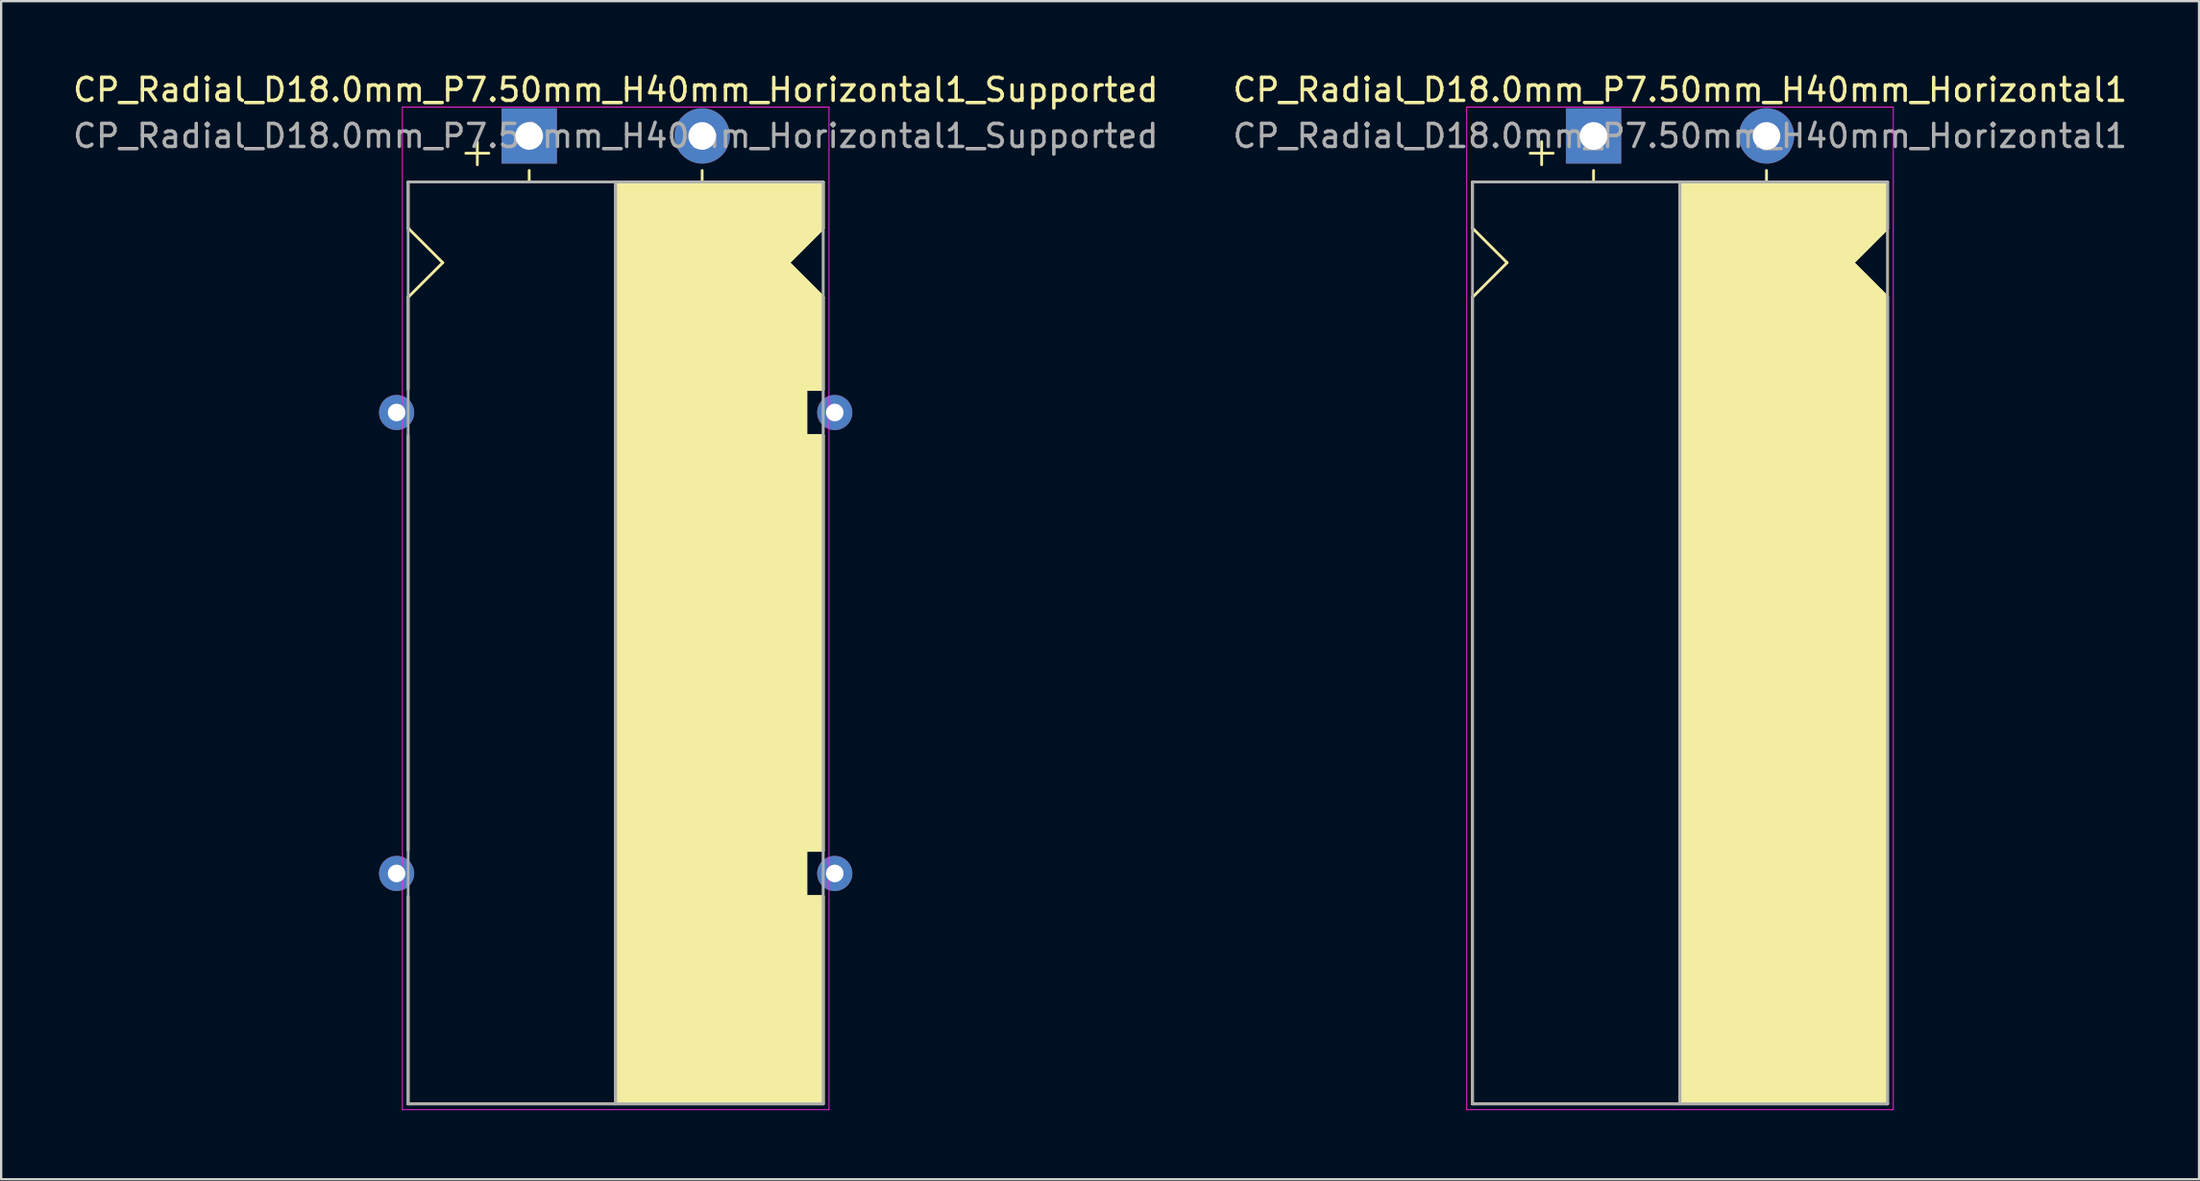
<source format=kicad_pcb>
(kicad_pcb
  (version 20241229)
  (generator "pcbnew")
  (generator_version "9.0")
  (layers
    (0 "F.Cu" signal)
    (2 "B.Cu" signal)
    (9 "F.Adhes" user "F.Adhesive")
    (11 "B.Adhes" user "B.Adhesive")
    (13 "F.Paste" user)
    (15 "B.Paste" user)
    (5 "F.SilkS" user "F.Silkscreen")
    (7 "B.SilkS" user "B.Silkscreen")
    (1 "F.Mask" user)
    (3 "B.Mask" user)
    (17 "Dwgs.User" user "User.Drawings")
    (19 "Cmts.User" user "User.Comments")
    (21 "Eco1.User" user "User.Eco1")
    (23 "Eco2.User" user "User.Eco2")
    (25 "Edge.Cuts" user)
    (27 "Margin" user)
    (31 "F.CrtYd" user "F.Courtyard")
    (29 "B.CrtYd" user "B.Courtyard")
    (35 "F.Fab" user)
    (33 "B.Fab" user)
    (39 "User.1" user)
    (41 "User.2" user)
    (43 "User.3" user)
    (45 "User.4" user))
  (footprint "CP_Radial_D18.0mm_P7.50mm_H40mm_Horizontal1"
    (layer "F.Cu")
    (at 66.054 2.848)
    (property "Reference" "CP_Radial_D18.0mm_P7.50mm_H40mm_Horizontal1" (at 3.75 -2 0) (layer "F.SilkS") (effects (font (size 1 1) (thickness 0.15))))
    (attr through_hole)
    (fp_line (start -5.25 2) (end -5.25 4) (stroke (width 0.12) (type solid)) (layer "F.SilkS"))
    (fp_line (start -5.25 2) (end 12.75 2) (stroke (width 0.12) (type solid)) (layer "F.SilkS"))
    (fp_line (start -5.25 4) (end -3.75 5.5) (stroke (width 0.12) (type solid)) (layer "F.SilkS"))
    (fp_line (start -5.25 7) (end -5.25 42) (stroke (width 0.12) (type solid)) (layer "F.SilkS"))
    (fp_line (start -5.25 7) (end -3.75 5.5) (stroke (width 0.12) (type solid)) (layer "F.SilkS"))
    (fp_line (start -5.25 42) (end 12.75 42) (stroke (width 0.12) (type solid)) (layer "F.SilkS"))
    (fp_line (start -2.25 0.25) (end -2.25 1.25) (stroke (width 0.12) (type solid)) (layer "F.SilkS"))
    (fp_line (start -1.75 0.75) (end -2.75 0.75) (stroke (width 0.12) (type solid)) (layer "F.SilkS"))
    (fp_line (start 0 1.5) (end 0 2) (stroke (width 0.12) (type solid)) (layer "F.SilkS"))
    (fp_line (start 3.75 2) (end 3.75 42) (stroke (width 0.12) (type solid)) (layer "F.SilkS"))
    (fp_line (start 7.5 1.5) (end 7.5 2) (stroke (width 0.12) (type solid)) (layer "F.SilkS"))
    (fp_line (start 12.75 2) (end 12.75 4) (stroke (width 0.12) (type solid)) (layer "F.SilkS"))
    (fp_line (start 12.75 4) (end 11.25 5.5) (stroke (width 0.12) (type solid)) (layer "F.SilkS"))
    (fp_line (start 12.75 7) (end 11.25 5.5) (stroke (width 0.12) (type solid)) (layer "F.SilkS"))
    (fp_line (start 12.75 42) (end 12.75 7) (stroke (width 0.12) (type solid)) (layer "F.SilkS"))
    (fp_poly (pts (xy 12.75 4) (xy 11.25 5.5) (xy 12.75 7) (xy 12.75 42) (xy 3.75 42) (xy 3.75 2) (xy 12.75 2)) (stroke (width 0.1) (type solid)) (fill yes) (layer "F.SilkS"))
    (fp_line (start -5.5 -1.25) (end -5.5 42.25) (stroke (width 0.04) (type solid)) (layer "F.CrtYd"))
    (fp_line (start -5.5 42.25) (end 13 42.25) (stroke (width 0.04) (type solid)) (layer "F.CrtYd"))
    (fp_line (start 13 -1.25) (end -5.5 -1.25) (stroke (width 0.04) (type solid)) (layer "F.CrtYd"))
    (fp_line (start 13 42.25) (end 13 -1.25) (stroke (width 0.04) (type solid)) (layer "F.CrtYd"))
    (fp_line (start -5.25 2) (end -5.25 42) (stroke (width 0.12) (type solid)) (layer "F.Fab"))
    (fp_line (start -5.25 42) (end 12.75 42) (stroke (width 0.12) (type solid)) (layer "F.Fab"))
    (fp_line (start 3.75 2) (end 3.75 42) (stroke (width 0.12) (type solid)) (layer "F.Fab"))
    (fp_line (start 12.75 2) (end -5.25 2) (stroke (width 0.12) (type solid)) (layer "F.Fab"))
    (fp_line (start 12.75 42) (end 12.75 2) (stroke (width 0.12) (type solid)) (layer "F.Fab"))
    (fp_poly (pts (xy 12.75 42) (xy 3.75 42) (xy 3.75 2) (xy 12.75 2)) (stroke (width 0.1) (type solid)) (fill no) (layer "F.Fab"))
    (fp_text user "${REFERENCE}" (at 3.75 0 0) (layer "F.Fab") (effects (font (size 1 1) (thickness 0.15))))
    (pad "1" thru_hole rect (at 0 0) (size 2.4 2.4) (drill 1.2) (layers "*.Cu" "*.Mask"))
    (pad "2" thru_hole circle (at 7.5 0) (size 2.4 2.4) (drill 1.2) (layers "*.Cu" "*.Mask")))
  (footprint "CP_Radial_D18.0mm_P7.50mm_H40mm_Horizontal1_Supported"
    (layer "F.Cu")
    (at 19.899 2.848)
    (property "Reference" "CP_Radial_D18.0mm_P7.50mm_H40mm_Horizontal1_Supported" (at 3.75 -2 0) (layer "F.SilkS") (effects (font (size 1 1) (thickness 0.15))))
    (attr through_hole)
    (fp_line (start -5.25 2) (end -5.25 4) (stroke (width 0.12) (type solid)) (layer "F.SilkS"))
    (fp_line (start -5.25 2) (end 12.75 2) (stroke (width 0.12) (type solid)) (layer "F.SilkS"))
    (fp_line (start -5.25 4) (end -3.75 5.5) (stroke (width 0.12) (type solid)) (layer "F.SilkS"))
    (fp_line (start -5.25 7) (end -3.75 5.5) (stroke (width 0.12) (type solid)) (layer "F.SilkS"))
    (fp_line (start -5.25 11) (end -5.25 7) (stroke (width 0.12) (type solid)) (layer "F.SilkS"))
    (fp_line (start -5.25 13) (end -5.25 31) (stroke (width 0.12) (type solid)) (layer "F.SilkS"))
    (fp_line (start -5.25 33) (end -5.25 42) (stroke (width 0.12) (type solid)) (layer "F.SilkS"))
    (fp_line (start -5.25 42) (end 12.75 42) (stroke (width 0.12) (type solid)) (layer "F.SilkS"))
    (fp_line (start -2.25 0.25) (end -2.25 1.25) (stroke (width 0.12) (type solid)) (layer "F.SilkS"))
    (fp_line (start -1.75 0.75) (end -2.75 0.75) (stroke (width 0.12) (type solid)) (layer "F.SilkS"))
    (fp_line (start 0 1.5) (end 0 2) (stroke (width 0.12) (type solid)) (layer "F.SilkS"))
    (fp_line (start 3.75 2) (end 3.75 42) (stroke (width 0.12) (type solid)) (layer "F.SilkS"))
    (fp_line (start 7.5 1.5) (end 7.5 2) (stroke (width 0.12) (type solid)) (layer "F.SilkS"))
    (fp_line (start 12 11) (end 12 13) (stroke (width 0.12) (type solid)) (layer "F.SilkS"))
    (fp_line (start 12 13) (end 12.75 13) (stroke (width 0.12) (type solid)) (layer "F.SilkS"))
    (fp_line (start 12 31) (end 12 33) (stroke (width 0.12) (type solid)) (layer "F.SilkS"))
    (fp_line (start 12 33) (end 12.75 33) (stroke (width 0.12) (type solid)) (layer "F.SilkS"))
    (fp_line (start 12.25 11) (end 12 11) (stroke (width 0.12) (type solid)) (layer "F.SilkS"))
    (fp_line (start 12.75 2) (end 12.75 4) (stroke (width 0.12) (type solid)) (layer "F.SilkS"))
    (fp_line (start 12.75 4) (end 11.25 5.5) (stroke (width 0.12) (type solid)) (layer "F.SilkS"))
    (fp_line (start 12.75 7) (end 11.25 5.5) (stroke (width 0.12) (type solid)) (layer "F.SilkS"))
    (fp_line (start 12.75 11) (end 12.25 11) (stroke (width 0.12) (type solid)) (layer "F.SilkS"))
    (fp_line (start 12.75 11) (end 12.75 7) (stroke (width 0.12) (type solid)) (layer "F.SilkS"))
    (fp_line (start 12.75 13) (end 12.75 31) (stroke (width 0.12) (type solid)) (layer "F.SilkS"))
    (fp_line (start 12.75 31) (end 12 31) (stroke (width 0.12) (type solid)) (layer "F.SilkS"))
    (fp_line (start 12.75 33) (end 12.75 42) (stroke (width 0.12) (type solid)) (layer "F.SilkS"))
    (fp_poly (pts (xy 12.75 4) (xy 11.25 5.5) (xy 12.75 7) (xy 12.75 11) (xy 12 11) (xy 12 13) (xy 12.75 13) (xy 12.75 31) (xy 12 31) (xy 12 33) (xy 12.75 33) (xy 12.75 42) (xy 3.75 42) (xy 3.75 2) (xy 12.75 2)) (stroke (width 0.1) (type solid)) (fill yes) (layer "F.SilkS"))
    (fp_line (start -5.5 -1.25) (end -5.5 42.25) (stroke (width 0.04) (type solid)) (layer "F.CrtYd"))
    (fp_line (start -5.5 42.25) (end 13 42.25) (stroke (width 0.04) (type solid)) (layer "F.CrtYd"))
    (fp_line (start 13 -1.25) (end -5.5 -1.25) (stroke (width 0.04) (type solid)) (layer "F.CrtYd"))
    (fp_line (start 13 42.25) (end 13 -1.25) (stroke (width 0.04) (type solid)) (layer "F.CrtYd"))
    (fp_line (start -5.25 2) (end -5.25 42) (stroke (width 0.12) (type solid)) (layer "F.Fab"))
    (fp_line (start -5.25 42) (end 12.75 42) (stroke (width 0.12) (type solid)) (layer "F.Fab"))
    (fp_line (start 3.75 2) (end 3.75 42) (stroke (width 0.12) (type solid)) (layer "F.Fab"))
    (fp_line (start 12.75 2) (end -5.25 2) (stroke (width 0.12) (type solid)) (layer "F.Fab"))
    (fp_line (start 12.75 42) (end 12.75 2) (stroke (width 0.12) (type solid)) (layer "F.Fab"))
    (fp_poly (pts (xy 12.75 42) (xy 3.75 42) (xy 3.75 2) (xy 12.75 2)) (stroke (width 0.1) (type solid)) (fill no) (layer "F.Fab"))
    (fp_text user "${REFERENCE}" (at 3.75 0 0) (layer "F.Fab") (effects (font (size 1 1) (thickness 0.15))))
    (pad "" thru_hole circle (at -5.75 12) (size 1.524 1.524) (drill 0.762) (layers "*.Cu" "*.Mask"))
    (pad "" thru_hole circle (at -5.75 32) (size 1.524 1.524) (drill 0.762) (layers "*.Cu" "*.Mask"))
    (pad "" thru_hole circle (at 13.25 12) (size 1.524 1.524) (drill 0.762) (layers "*.Cu" "*.Mask"))
    (pad "" thru_hole circle (at 13.25 32) (size 1.524 1.524) (drill 0.762) (layers "*.Cu" "*.Mask"))
    (pad "1" thru_hole rect (at 0 0) (size 2.4 2.4) (drill 1.2) (layers "*.Cu" "*.Mask"))
    (pad "2" thru_hole circle (at 7.5 0) (size 2.4 2.4) (drill 1.2) (layers "*.Cu" "*.Mask")))
  (gr_rect
    (start -3 -3)
    (end 92.31 48.118)
    (stroke (width 0.1) (type default))
    (fill no)
    (layer "Edge.Cuts")))
</source>
